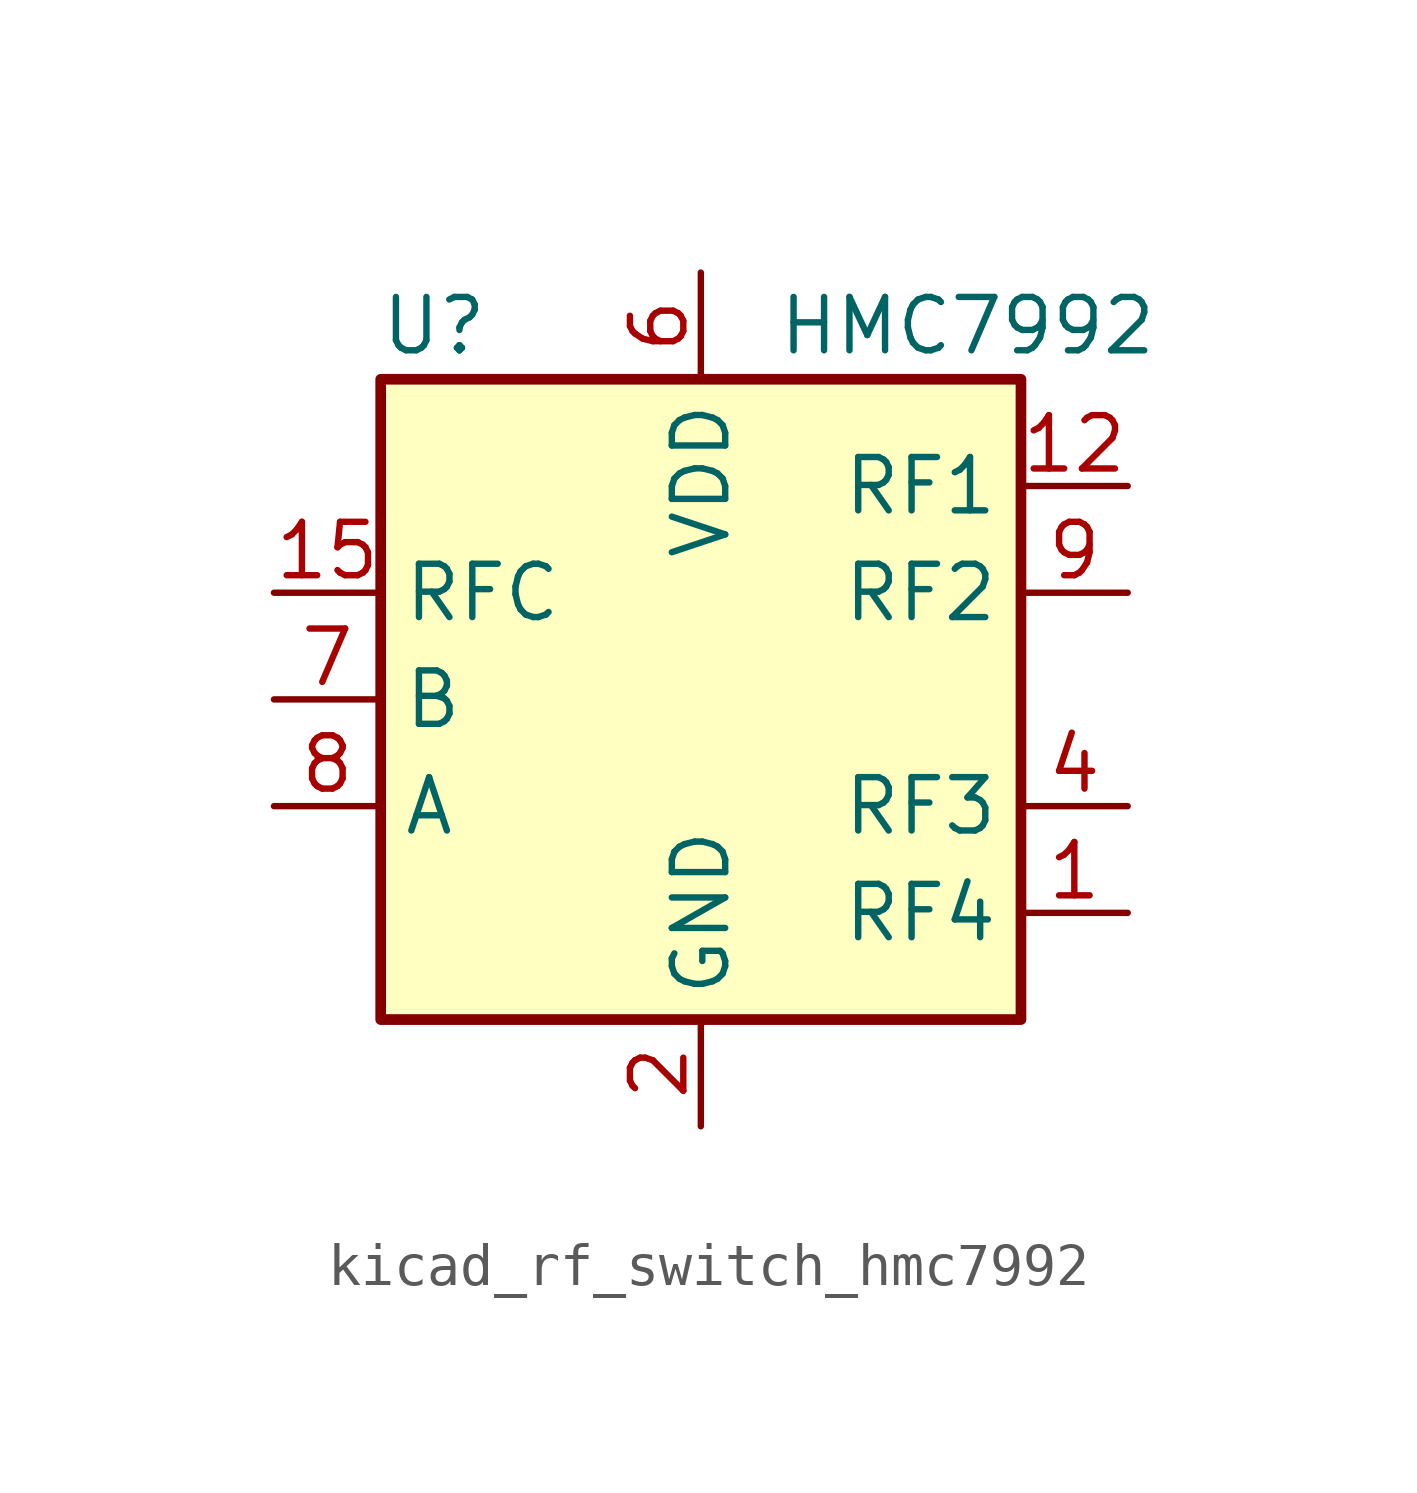
<source format=kicad_sym>
(kicad_symbol_lib
  (version 20220914)
  (generator kicad_symbol_editor)
  (symbol "kicad_rf_switch_hmc7992"
    (property "Reference" "U"
      (at -6.35 8.89 0)
      (effects (font (size 1.27 1.27))))
    (property "Value" "HMC7992"
      (at 6.35 8.89 0)
      (effects (font (size 1.27 1.27))))
    (symbol "kicad_rf_switch_hmc7992_0_1"
      (rectangle (start -7.62 7.62) (end 7.62 -7.62) (stroke (width 0.254) (type default)) (fill (type background))))
    (symbol "kicad_rf_switch_hmc7992_1_1"
      (pin passive line (at 10.16 -5.08 180) (length 2.54) (name "RF4" (effects (font (size 1.27 1.27)))) (number "1" (effects (font (size 1.27 1.27)))))
      (pin passive line (at 0 -10.16 90) (length 2.54) hide (name "GND" (effects (font (size 1.27 1.27)))) (number "10" (effects (font (size 1.27 1.27)))))
      (pin passive line (at 0 -10.16 90) (length 2.54) hide (name "GND" (effects (font (size 1.27 1.27)))) (number "11" (effects (font (size 1.27 1.27)))))
      (pin passive line (at 10.16 5.08 180) (length 2.54) (name "RF1" (effects (font (size 1.27 1.27)))) (number "12" (effects (font (size 1.27 1.27)))))
      (pin passive line (at 0 -10.16 90) (length 2.54) hide (name "GND" (effects (font (size 1.27 1.27)))) (number "13" (effects (font (size 1.27 1.27)))))
      (pin passive line (at 0 -10.16 90) (length 2.54) hide (name "GND" (effects (font (size 1.27 1.27)))) (number "14" (effects (font (size 1.27 1.27)))))
      (pin passive line (at -10.16 2.54 0) (length 2.54) (name "RFC" (effects (font (size 1.27 1.27)))) (number "15" (effects (font (size 1.27 1.27)))))
      (pin passive line (at 0 -10.16 90) (length 2.54) hide (name "GND" (effects (font (size 1.27 1.27)))) (number "16" (effects (font (size 1.27 1.27)))))
      (pin passive line (at 0 -10.16 90) (length 2.54) hide (name "GND" (effects (font (size 1.27 1.27)))) (number "17" (effects (font (size 1.27 1.27)))))
      (pin power_in line (at 0 -10.16 90) (length 2.54) (name "GND" (effects (font (size 1.27 1.27)))) (number "2" (effects (font (size 1.27 1.27)))))
      (pin passive line (at 0 -10.16 90) (length 2.54) hide (name "GND" (effects (font (size 1.27 1.27)))) (number "3" (effects (font (size 1.27 1.27)))))
      (pin passive line (at 10.16 -2.54 180) (length 2.54) (name "RF3" (effects (font (size 1.27 1.27)))) (number "4" (effects (font (size 1.27 1.27)))))
      (pin passive line (at 0 -10.16 90) (length 2.54) hide (name "GND" (effects (font (size 1.27 1.27)))) (number "5" (effects (font (size 1.27 1.27)))))
      (pin power_in line (at 0 10.16 270) (length 2.54) (name "VDD" (effects (font (size 1.27 1.27)))) (number "6" (effects (font (size 1.27 1.27)))))
      (pin input line (at -10.16 0 0) (length 2.54) (name "B" (effects (font (size 1.27 1.27)))) (number "7" (effects (font (size 1.27 1.27)))))
      (pin input line (at -10.16 -2.54 0) (length 2.54) (name "A" (effects (font (size 1.27 1.27)))) (number "8" (effects (font (size 1.27 1.27)))))
      (pin passive line (at 10.16 2.54 180) (length 2.54) (name "RF2" (effects (font (size 1.27 1.27)))) (number "9" (effects (font (size 1.27 1.27))))))))
</source>
